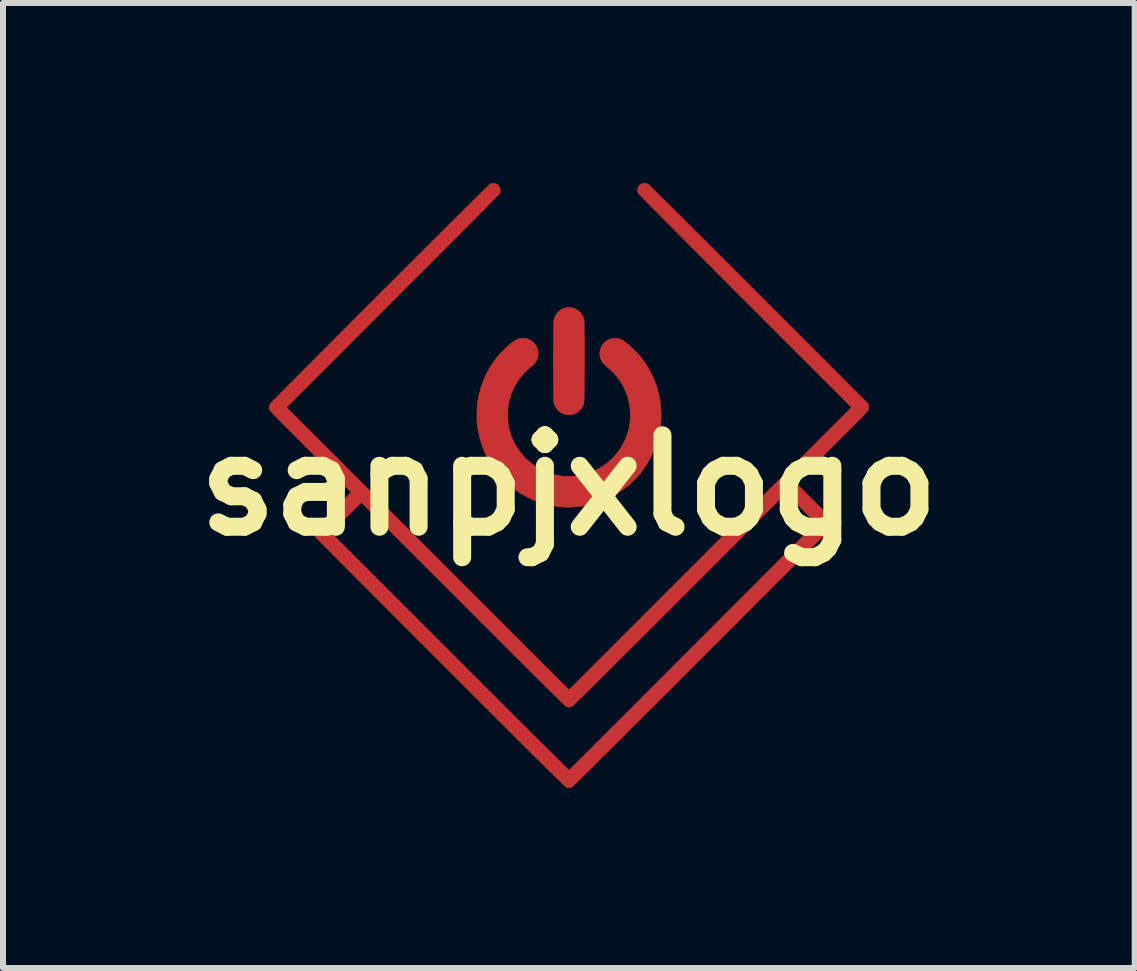
<source format=kicad_pcb>
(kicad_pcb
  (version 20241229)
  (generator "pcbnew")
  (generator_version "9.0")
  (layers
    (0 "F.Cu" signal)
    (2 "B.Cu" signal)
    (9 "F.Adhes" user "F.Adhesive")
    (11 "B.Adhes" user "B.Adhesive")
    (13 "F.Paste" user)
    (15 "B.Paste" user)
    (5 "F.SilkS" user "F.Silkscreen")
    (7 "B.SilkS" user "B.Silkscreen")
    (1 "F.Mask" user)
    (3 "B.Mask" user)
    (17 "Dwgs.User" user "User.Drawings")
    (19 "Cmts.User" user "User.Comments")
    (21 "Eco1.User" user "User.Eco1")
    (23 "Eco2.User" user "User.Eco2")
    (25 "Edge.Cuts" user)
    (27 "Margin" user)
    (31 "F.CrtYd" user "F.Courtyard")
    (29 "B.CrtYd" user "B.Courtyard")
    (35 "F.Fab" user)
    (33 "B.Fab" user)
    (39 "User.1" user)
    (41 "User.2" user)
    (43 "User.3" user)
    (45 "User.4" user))
  (footprint "sanpjxlogo"
    (layer "F.Cu")
    (at 6.43 5.039)
    (property "Reference" "sanpjxlogo" (at 0 0 0) (layer "F.SilkS") (effects (font (size 1.524 1.524) (thickness 0.3))))
    (attr through_hole)
    (fp_poly (pts (xy 0.049 -2.961) (xy 0.091 -2.949) (xy 0.102 -2.945) (xy 0.145 -2.92) (xy 0.184 -2.887) (xy 0.215 -2.848) (xy 0.239 -2.806) (xy 0.245 -2.787) (xy 0.247 -2.781) (xy 0.249 -2.775) (xy 0.25 -2.768) (xy 0.251 -2.76) (xy 0.252 -2.749) (xy 0.253 -2.735) (xy 0.254 -2.718) (xy 0.255 -2.697) (xy 0.255 -2.671) (xy 0.256 -2.64) (xy 0.256 -2.603) (xy 0.256 -2.559) (xy 0.256 -2.507) (xy 0.257 -2.448) (xy 0.257 -2.38) (xy 0.257 -2.303) (xy 0.257 -2.216) (xy 0.257 -2.119) (xy 0.257 -2.073) (xy 0.257 -1.964) (xy 0.256 -1.863) (xy 0.256 -1.771) (xy 0.256 -1.687) (xy 0.255 -1.613) (xy 0.255 -1.548) (xy 0.254 -1.492) (xy 0.254 -1.447) (xy 0.253 -1.411) (xy 0.252 -1.387) (xy 0.251 -1.373) (xy 0.251 -1.371) (xy 0.237 -1.33) (xy 0.215 -1.292) (xy 0.187 -1.258) (xy 0.156 -1.228) (xy 0.125 -1.206) (xy 0.092 -1.191) (xy 0.075 -1.185) (xy 0.042 -1.179) (xy 0.004 -1.176) (xy -0.034 -1.178) (xy -0.068 -1.183) (xy -0.079 -1.187) (xy -0.126 -1.209) (xy -0.167 -1.24) (xy -0.202 -1.279) (xy -0.229 -1.323) (xy -0.246 -1.372) (xy -0.251 -1.396) (xy -0.252 -1.408) (xy -0.253 -1.43) (xy -0.253 -1.462) (xy -0.254 -1.503) (xy -0.255 -1.552) (xy -0.255 -1.607) (xy -0.256 -1.669) (xy -0.256 -1.735) (xy -0.256 -1.805) (xy -0.256 -1.879) (xy -0.257 -1.955) (xy -0.257 -2.032) (xy -0.257 -2.11) (xy -0.257 -2.187) (xy -0.256 -2.263) (xy -0.256 -2.336) (xy -0.256 -2.406) (xy -0.256 -2.473) (xy -0.255 -2.534) (xy -0.255 -2.589) (xy -0.254 -2.637) (xy -0.253 -2.677) (xy -0.253 -2.709) (xy -0.252 -2.731) (xy -0.251 -2.743) (xy -0.238 -2.794) (xy -0.215 -2.841) (xy -0.184 -2.882) (xy -0.145 -2.917) (xy -0.1 -2.943) (xy -0.05 -2.96) (xy -0.036 -2.963) (xy 0.005 -2.966) (xy 0.049 -2.961)) (stroke (width 0.01) (type solid)) (fill yes) (layer "F.Cu"))
    (fp_poly (pts (xy 0.83 -2.445) (xy 0.878 -2.428) (xy 0.903 -2.413) (xy 0.934 -2.392) (xy 0.97 -2.364) (xy 1.008 -2.332) (xy 1.048 -2.296) (xy 1.088 -2.258) (xy 1.093 -2.252) (xy 1.163 -2.178) (xy 1.225 -2.105) (xy 1.279 -2.028) (xy 1.33 -1.946) (xy 1.378 -1.856) (xy 1.378 -1.855) (xy 1.432 -1.736) (xy 1.474 -1.613) (xy 1.506 -1.488) (xy 1.527 -1.36) (xy 1.537 -1.231) (xy 1.536 -1.101) (xy 1.524 -0.971) (xy 1.501 -0.842) (xy 1.489 -0.791) (xy 1.458 -0.687) (xy 1.417 -0.582) (xy 1.368 -0.478) (xy 1.313 -0.377) (xy 1.251 -0.281) (xy 1.195 -0.205) (xy 1.168 -0.174) (xy 1.135 -0.137) (xy 1.097 -0.099) (xy 1.059 -0.06) (xy 1.021 -0.024) (xy 0.986 0.006) (xy 0.97 0.019) (xy 0.878 0.087) (xy 0.778 0.15) (xy 0.673 0.206) (xy 0.565 0.254) (xy 0.455 0.294) (xy 0.347 0.324) (xy 0.317 0.33) (xy 0.239 0.344) (xy 0.156 0.354) (xy 0.072 0.36) (xy -0.009 0.363) (xy -0.085 0.361) (xy -0.109 0.36) (xy -0.229 0.346) (xy -0.347 0.322) (xy -0.461 0.29) (xy -0.586 0.245) (xy -0.704 0.189) (xy -0.817 0.125) (xy -0.923 0.052) (xy -1.021 -0.029) (xy -1.113 -0.118) (xy -1.196 -0.214) (xy -1.272 -0.317) (xy -1.339 -0.427) (xy -1.397 -0.542) (xy -1.445 -0.663) (xy -1.484 -0.789) (xy -1.513 -0.919) (xy -1.522 -0.973) (xy -1.527 -1.015) (xy -1.53 -1.065) (xy -1.532 -1.12) (xy -1.532 -1.178) (xy -1.531 -1.237) (xy -1.529 -1.292) (xy -1.526 -1.341) (xy -1.522 -1.375) (xy -1.498 -1.507) (xy -1.464 -1.635) (xy -1.419 -1.759) (xy -1.364 -1.878) (xy -1.299 -1.992) (xy -1.224 -2.1) (xy -1.211 -2.118) (xy -1.179 -2.156) (xy -1.143 -2.196) (xy -1.104 -2.238) (xy -1.062 -2.278) (xy -1.021 -2.317) (xy -0.98 -2.352) (xy -0.942 -2.382) (xy -0.909 -2.407) (xy -0.88 -2.424) (xy -0.876 -2.426) (xy -0.827 -2.444) (xy -0.775 -2.451) (xy -0.723 -2.448) (xy -0.673 -2.435) (xy -0.627 -2.412) (xy -0.609 -2.399) (xy -0.585 -2.376) (xy -0.561 -2.346) (xy -0.54 -2.312) (xy -0.525 -2.28) (xy -0.524 -2.277) (xy -0.514 -2.23) (xy -0.513 -2.18) (xy -0.521 -2.129) (xy -0.538 -2.082) (xy -0.555 -2.052) (xy -0.568 -2.036) (xy -0.587 -2.016) (xy -0.608 -1.997) (xy -0.616 -1.99) (xy -0.649 -1.963) (xy -0.685 -1.929) (xy -0.722 -1.892) (xy -0.758 -1.854) (xy -0.792 -1.818) (xy -0.82 -1.784) (xy -0.835 -1.764) (xy -0.883 -1.688) (xy -0.926 -1.605) (xy -0.962 -1.517) (xy -0.99 -1.428) (xy -1.005 -1.367) (xy -1.012 -1.317) (xy -1.018 -1.26) (xy -1.021 -1.199) (xy -1.021 -1.139) (xy -1.018 -1.083) (xy -1.016 -1.061) (xy -0.999 -0.956) (xy -0.971 -0.854) (xy -0.933 -0.756) (xy -0.884 -0.662) (xy -0.825 -0.573) (xy -0.758 -0.489) (xy -0.705 -0.435) (xy -0.627 -0.367) (xy -0.541 -0.308) (xy -0.449 -0.256) (xy -0.353 -0.214) (xy -0.253 -0.182) (xy -0.166 -0.162) (xy -0.131 -0.158) (xy -0.089 -0.154) (xy -0.041 -0.152) (xy 0.008 -0.151) (xy 0.056 -0.152) (xy 0.1 -0.154) (xy 0.138 -0.157) (xy 0.151 -0.159) (xy 0.258 -0.182) (xy 0.361 -0.215) (xy 0.459 -0.258) (xy 0.551 -0.31) (xy 0.637 -0.371) (xy 0.716 -0.441) (xy 0.788 -0.518) (xy 0.852 -0.603) (xy 0.873 -0.636) (xy 0.893 -0.671) (xy 0.914 -0.712) (xy 0.936 -0.756) (xy 0.955 -0.8) (xy 0.97 -0.838) (xy 0.973 -0.847) (xy 1.002 -0.948) (xy 1.019 -1.051) (xy 1.026 -1.155) (xy 1.022 -1.26) (xy 1.008 -1.363) (xy 0.984 -1.465) (xy 0.949 -1.563) (xy 0.904 -1.658) (xy 0.888 -1.687) (xy 0.842 -1.759) (xy 0.792 -1.824) (xy 0.736 -1.886) (xy 0.672 -1.946) (xy 0.646 -1.968) (xy 0.621 -1.989) (xy 0.598 -2.011) (xy 0.578 -2.03) (xy 0.564 -2.045) (xy 0.562 -2.048) (xy 0.539 -2.088) (xy 0.524 -2.133) (xy 0.516 -2.181) (xy 0.517 -2.228) (xy 0.522 -2.254) (xy 0.54 -2.305) (xy 0.567 -2.349) (xy 0.6 -2.386) (xy 0.639 -2.415) (xy 0.683 -2.437) (xy 0.731 -2.449) (xy 0.78 -2.452) (xy 0.83 -2.445)) (stroke (width 0.01) (type solid)) (fill yes) (layer "F.Cu"))
    (fp_poly (pts (xy -1.237 -5.032) (xy -1.205 -5.021) (xy -1.177 -5.001) (xy -1.163 -4.985) (xy -1.149 -4.958) (xy -1.143 -4.925) (xy -1.144 -4.893) (xy -1.147 -4.877) (xy -1.149 -4.874) (xy -1.153 -4.869) (xy -1.159 -4.861) (xy -1.168 -4.851) (xy -1.18 -4.838) (xy -1.196 -4.822) (xy -1.214 -4.803) (xy -1.236 -4.78) (xy -1.262 -4.753) (xy -1.291 -4.723) (xy -1.325 -4.689) (xy -1.363 -4.65) (xy -1.405 -4.607) (xy -1.453 -4.559) (xy -1.505 -4.507) (xy -1.562 -4.449) (xy -1.625 -4.386) (xy -1.693 -4.317) (xy -1.767 -4.243) (xy -1.847 -4.162) (xy -1.933 -4.076) (xy -2.026 -3.983) (xy -2.125 -3.884) (xy -2.23 -3.778) (xy -2.343 -3.665) (xy -2.463 -3.545) (xy -2.591 -3.418) (xy -2.726 -3.283) (xy -2.868 -3.14) (xy -2.93 -3.078) (xy -4.706 -1.301) (xy 0.003 3.408) (xy 2.357 1.053) (xy 4.712 -1.301) (xy 2.939 -3.075) (xy 2.819 -3.194) (xy 2.702 -3.312) (xy 2.587 -3.427) (xy 2.475 -3.54) (xy 2.365 -3.65) (xy 2.258 -3.757) (xy 2.155 -3.86) (xy 2.055 -3.96) (xy 1.959 -4.057) (xy 1.867 -4.149) (xy 1.78 -4.237) (xy 1.697 -4.32) (xy 1.619 -4.398) (xy 1.546 -4.472) (xy 1.479 -4.54) (xy 1.417 -4.602) (xy 1.361 -4.659) (xy 1.311 -4.709) (xy 1.268 -4.753) (xy 1.231 -4.79) (xy 1.201 -4.82) (xy 1.179 -4.843) (xy 1.164 -4.859) (xy 1.157 -4.867) (xy 1.156 -4.868) (xy 1.147 -4.897) (xy 1.147 -4.93) (xy 1.155 -4.962) (xy 1.17 -4.99) (xy 1.182 -5.004) (xy 1.21 -5.022) (xy 1.242 -5.032) (xy 1.276 -5.034) (xy 1.309 -5.026) (xy 1.315 -5.023) (xy 1.321 -5.019) (xy 1.333 -5.008) (xy 1.352 -4.99) (xy 1.377 -4.965) (xy 1.41 -4.933) (xy 1.449 -4.895) (xy 1.496 -4.849) (xy 1.549 -4.796) (xy 1.61 -4.736) (xy 1.677 -4.669) (xy 1.752 -4.595) (xy 1.835 -4.513) (xy 1.924 -4.424) (xy 2.022 -4.327) (xy 2.126 -4.222) (xy 2.238 -4.111) (xy 2.358 -3.991) (xy 2.486 -3.864) (xy 2.621 -3.728) (xy 2.764 -3.585) (xy 2.915 -3.434) (xy 3.074 -3.276) (xy 3.163 -3.187) (xy 4.987 -1.361) (xy 4.994 -1.331) (xy 4.998 -1.307) (xy 4.997 -1.284) (xy 4.994 -1.271) (xy 4.993 -1.267) (xy 4.992 -1.263) (xy 4.99 -1.258) (xy 4.987 -1.253) (xy 4.982 -1.246) (xy 4.975 -1.238) (xy 4.966 -1.227) (xy 4.955 -1.214) (xy 4.94 -1.198) (xy 4.922 -1.179) (xy 4.9 -1.156) (xy 4.874 -1.129) (xy 4.843 -1.098) (xy 4.807 -1.062) (xy 4.766 -1.02) (xy 4.719 -0.973) (xy 4.666 -0.92) (xy 4.606 -0.86) (xy 4.54 -0.794) (xy 4.466 -0.72) (xy 4.387 -0.641) (xy 3.787 -0.04) (xy 4.093 0.267) (xy 4.15 0.324) (xy 4.2 0.374) (xy 4.242 0.417) (xy 4.279 0.453) (xy 4.309 0.484) (xy 4.334 0.51) (xy 4.354 0.531) (xy 4.37 0.548) (xy 4.382 0.562) (xy 4.391 0.573) (xy 4.397 0.581) (xy 4.401 0.588) (xy 4.404 0.594) (xy 4.406 0.6) (xy 4.406 0.601) (xy 4.41 0.636) (xy 4.404 0.668) (xy 4.398 0.684) (xy 4.394 0.689) (xy 4.382 0.701) (xy 4.362 0.722) (xy 4.334 0.749) (xy 4.3 0.784) (xy 4.259 0.826) (xy 4.211 0.874) (xy 4.157 0.929) (xy 4.096 0.989) (xy 4.03 1.056) (xy 3.957 1.129) (xy 3.88 1.207) (xy 3.797 1.29) (xy 3.709 1.379) (xy 3.616 1.472) (xy 3.518 1.569) (xy 3.417 1.671) (xy 3.311 1.777) (xy 3.201 1.887) (xy 3.088 2) (xy 2.971 2.117) (xy 2.852 2.237) (xy 2.729 2.36) (xy 2.604 2.485) (xy 2.476 2.613) (xy 2.346 2.743) (xy 2.231 2.858) (xy 2.056 3.033) (xy 1.889 3.2) (xy 1.73 3.36) (xy 1.578 3.511) (xy 1.434 3.655) (xy 1.298 3.791) (xy 1.169 3.919) (xy 1.048 4.04) (xy 0.934 4.154) (xy 0.828 4.26) (xy 0.729 4.359) (xy 0.636 4.451) (xy 0.551 4.535) (xy 0.473 4.613) (xy 0.402 4.684) (xy 0.338 4.747) (xy 0.28 4.805) (xy 0.229 4.855) (xy 0.184 4.899) (xy 0.146 4.936) (xy 0.114 4.967) (xy 0.089 4.992) (xy 0.07 5.01) (xy 0.057 5.022) (xy 0.05 5.028) (xy 0.049 5.029) (xy 0.017 5.038) (xy -0.019 5.038) (xy -0.04 5.033) (xy -0.043 5.031) (xy -0.049 5.026) (xy -0.059 5.017) (xy -0.071 5.006) (xy -0.088 4.99) (xy -0.108 4.971) (xy -0.132 4.947) (xy -0.16 4.92) (xy -0.193 4.888) (xy -0.23 4.852) (xy -0.272 4.81) (xy -0.318 4.765) (xy -0.37 4.714) (xy -0.426 4.658) (xy -0.488 4.596) (xy -0.556 4.529) (xy -0.629 4.456) (xy -0.708 4.378) (xy -0.793 4.293) (xy -0.884 4.202) (xy -0.981 4.105) (xy -1.086 4.001) (xy -1.196 3.891) (xy -1.314 3.773) (xy -1.439 3.649) (xy -1.571 3.517) (xy -1.71 3.377) (xy -1.857 3.231) (xy -2.012 3.076) (xy -2.145 2.943) (xy -2.278 2.81) (xy -2.408 2.679) (xy -2.537 2.551) (xy -2.662 2.426) (xy -2.784 2.304) (xy -2.903 2.185) (xy -3.018 2.069) (xy -3.13 1.957) (xy -3.237 1.85) (xy -3.341 1.746) (xy -3.44 1.647) (xy -3.534 1.552) (xy -3.623 1.462) (xy -3.708 1.377) (xy -3.787 1.298) (xy -3.86 1.224) (xy -3.928 1.156) (xy -3.989 1.094) (xy -4.045 1.038) (xy -4.094 0.989) (xy -4.136 0.946) (xy -4.171 0.91) (xy -4.199 0.881) (xy -4.22 0.86) (xy -4.233 0.846) (xy -4.238 0.84) (xy -4.239 0.84) (xy -4.25 0.805) (xy -4.25 0.788) (xy -3.964 0.788) (xy -1.983 2.768) (xy -1.857 2.894) (xy -1.733 3.018) (xy -1.612 3.14) (xy -1.492 3.259) (xy -1.376 3.376) (xy -1.262 3.489) (xy -1.152 3.599) (xy -1.045 3.706) (xy -0.942 3.809) (xy -0.843 3.908) (xy -0.748 4.002) (xy -0.658 4.092) (xy -0.572 4.178) (xy -0.491 4.258) (xy -0.415 4.334) (xy -0.345 4.403) (xy -0.281 4.467) (xy -0.222 4.526) (xy -0.17 4.577) (xy -0.124 4.623) (xy -0.085 4.662) (xy -0.052 4.694) (xy -0.027 4.718) (xy -0.009 4.736) (xy 0.001 4.746) (xy 0.003 4.748) (xy 0.008 4.744) (xy 0.02 4.732) (xy 0.04 4.712) (xy 0.067 4.685) (xy 0.101 4.651) (xy 0.142 4.61) (xy 0.19 4.563) (xy 0.244 4.509) (xy 0.304 4.449) (xy 0.371 4.383) (xy 0.442 4.311) (xy 0.52 4.234) (xy 0.602 4.151) (xy 0.689 4.064) (xy 0.782 3.972) (xy 0.878 3.876) (xy 0.979 3.775) (xy 1.084 3.67) (xy 1.192 3.562) (xy 1.304 3.45) (xy 1.419 3.334) (xy 1.538 3.216) (xy 1.659 3.095) (xy 1.782 2.971) (xy 1.908 2.845) (xy 2.036 2.717) (xy 2.065 2.688) (xy 4.12 0.63) (xy 3.87 0.379) (xy 3.619 0.128) (xy 1.845 1.902) (xy 1.689 2.058) (xy 1.541 2.206) (xy 1.401 2.346) (xy 1.269 2.478) (xy 1.144 2.603) (xy 1.027 2.72) (xy 0.916 2.829) (xy 0.814 2.932) (xy 0.718 3.027) (xy 0.629 3.116) (xy 0.547 3.197) (xy 0.472 3.272) (xy 0.403 3.34) (xy 0.341 3.402) (xy 0.285 3.457) (xy 0.236 3.506) (xy 0.192 3.548) (xy 0.155 3.585) (xy 0.124 3.616) (xy 0.098 3.641) (xy 0.078 3.66) (xy 0.063 3.673) (xy 0.054 3.681) (xy 0.05 3.684) (xy 0.026 3.691) (xy -0.003 3.693) (xy -0.03 3.691) (xy -0.044 3.687) (xy -0.049 3.683) (xy -0.062 3.67) (xy -0.083 3.65) (xy -0.111 3.623) (xy -0.146 3.589) (xy -0.188 3.547) (xy -0.237 3.499) (xy -0.292 3.444) (xy -0.353 3.383) (xy -0.421 3.317) (xy -0.494 3.244) (xy -0.573 3.166) (xy -0.657 3.082) (xy -0.746 2.993) (xy -0.84 2.899) (xy -0.939 2.801) (xy -1.042 2.698) (xy -1.149 2.591) (xy -1.26 2.48) (xy -1.375 2.366) (xy -1.494 2.248) (xy -1.615 2.126) (xy -1.74 2.001) (xy -1.759 1.982) (xy -3.459 0.283) (xy -3.964 0.788) (xy -4.25 0.788) (xy -4.25 0.77) (xy -4.247 0.755) (xy -4.245 0.749) (xy -4.242 0.743) (xy -4.238 0.736) (xy -4.231 0.727) (xy -4.222 0.716) (xy -4.209 0.702) (xy -4.193 0.684) (xy -4.173 0.663) (xy -4.147 0.637) (xy -4.116 0.605) (xy -4.08 0.568) (xy -4.036 0.524) (xy -3.986 0.474) (xy -3.933 0.421) (xy -3.627 0.114) (xy -4.302 -0.561) (xy -4.398 -0.657) (xy -4.486 -0.745) (xy -4.566 -0.825) (xy -4.639 -0.898) (xy -4.704 -0.964) (xy -4.762 -1.022) (xy -4.812 -1.074) (xy -4.856 -1.119) (xy -4.894 -1.157) (xy -4.924 -1.189) (xy -4.948 -1.214) (xy -4.966 -1.234) (xy -4.979 -1.248) (xy -4.985 -1.255) (xy -4.986 -1.257) (xy -4.993 -1.29) (xy -4.992 -1.324) (xy -4.983 -1.35) (xy -4.979 -1.356) (xy -4.966 -1.369) (xy -4.946 -1.39) (xy -4.918 -1.419) (xy -4.884 -1.453) (xy -4.844 -1.495) (xy -4.797 -1.542) (xy -4.744 -1.596) (xy -4.686 -1.655) (xy -4.622 -1.719) (xy -4.553 -1.788) (xy -4.48 -1.862) (xy -4.403 -1.94) (xy -4.321 -2.022) (xy -4.236 -2.108) (xy -4.147 -2.197) (xy -4.055 -2.289) (xy -3.96 -2.384) (xy -3.863 -2.482) (xy -3.764 -2.581) (xy -3.663 -2.683) (xy -3.56 -2.786) (xy -3.456 -2.89) (xy -3.351 -2.995) (xy -3.245 -3.1) (xy -3.14 -3.206) (xy -3.034 -3.311) (xy -2.928 -3.417) (xy -2.824 -3.521) (xy -2.72 -3.625) (xy -2.617 -3.727) (xy -2.516 -3.828) (xy -2.417 -3.927) (xy -2.32 -4.024) (xy -2.226 -4.118) (xy -2.134 -4.209) (xy -2.046 -4.297) (xy -1.96 -4.381) (xy -1.879 -4.462) (xy -1.802 -4.539) (xy -1.729 -4.611) (xy -1.661 -4.679) (xy -1.598 -4.741) (xy -1.54 -4.798) (xy -1.488 -4.85) (xy -1.441 -4.895) (xy -1.401 -4.935) (xy -1.368 -4.967) (xy -1.341 -4.993) (xy -1.322 -5.011) (xy -1.31 -5.022) (xy -1.306 -5.026) (xy -1.272 -5.034) (xy -1.237 -5.032)) (stroke (width 0.01) (type solid)) (fill yes) (layer "F.Cu"))
    (fp_poly (pts (xy 0.049 -2.961) (xy 0.091 -2.949) (xy 0.102 -2.945) (xy 0.145 -2.92) (xy 0.184 -2.887) (xy 0.215 -2.848) (xy 0.239 -2.806) (xy 0.245 -2.787) (xy 0.247 -2.781) (xy 0.249 -2.775) (xy 0.25 -2.768) (xy 0.251 -2.76) (xy 0.252 -2.749) (xy 0.253 -2.735) (xy 0.254 -2.718) (xy 0.255 -2.697) (xy 0.255 -2.671) (xy 0.256 -2.64) (xy 0.256 -2.603) (xy 0.256 -2.559) (xy 0.256 -2.507) (xy 0.257 -2.448) (xy 0.257 -2.38) (xy 0.257 -2.303) (xy 0.257 -2.216) (xy 0.257 -2.119) (xy 0.257 -2.073) (xy 0.257 -1.964) (xy 0.256 -1.863) (xy 0.256 -1.771) (xy 0.256 -1.687) (xy 0.255 -1.613) (xy 0.255 -1.548) (xy 0.254 -1.492) (xy 0.254 -1.447) (xy 0.253 -1.411) (xy 0.252 -1.387) (xy 0.251 -1.373) (xy 0.251 -1.371) (xy 0.237 -1.33) (xy 0.215 -1.292) (xy 0.187 -1.258) (xy 0.156 -1.228) (xy 0.125 -1.206) (xy 0.092 -1.191) (xy 0.075 -1.185) (xy 0.042 -1.179) (xy 0.004 -1.176) (xy -0.034 -1.178) (xy -0.068 -1.183) (xy -0.079 -1.187) (xy -0.126 -1.209) (xy -0.167 -1.24) (xy -0.202 -1.279) (xy -0.229 -1.323) (xy -0.246 -1.372) (xy -0.251 -1.396) (xy -0.252 -1.408) (xy -0.253 -1.43) (xy -0.253 -1.462) (xy -0.254 -1.503) (xy -0.255 -1.552) (xy -0.255 -1.607) (xy -0.256 -1.669) (xy -0.256 -1.735) (xy -0.256 -1.805) (xy -0.256 -1.879) (xy -0.257 -1.955) (xy -0.257 -2.032) (xy -0.257 -2.11) (xy -0.257 -2.187) (xy -0.256 -2.263) (xy -0.256 -2.336) (xy -0.256 -2.406) (xy -0.256 -2.473) (xy -0.255 -2.534) (xy -0.255 -2.589) (xy -0.254 -2.637) (xy -0.253 -2.677) (xy -0.253 -2.709) (xy -0.252 -2.731) (xy -0.251 -2.743) (xy -0.238 -2.794) (xy -0.215 -2.841) (xy -0.184 -2.882) (xy -0.145 -2.917) (xy -0.1 -2.943) (xy -0.05 -2.96) (xy -0.036 -2.963) (xy 0.005 -2.966) (xy 0.049 -2.961)) (stroke (width 0.01) (type solid)) (fill yes) (layer "F.Mask"))
    (fp_poly (pts (xy 0.83 -2.445) (xy 0.878 -2.428) (xy 0.903 -2.413) (xy 0.934 -2.392) (xy 0.97 -2.364) (xy 1.008 -2.332) (xy 1.048 -2.296) (xy 1.088 -2.258) (xy 1.093 -2.252) (xy 1.163 -2.178) (xy 1.225 -2.105) (xy 1.279 -2.028) (xy 1.33 -1.946) (xy 1.378 -1.856) (xy 1.378 -1.855) (xy 1.432 -1.736) (xy 1.474 -1.613) (xy 1.506 -1.488) (xy 1.527 -1.36) (xy 1.537 -1.231) (xy 1.536 -1.101) (xy 1.524 -0.971) (xy 1.501 -0.842) (xy 1.489 -0.791) (xy 1.458 -0.687) (xy 1.417 -0.582) (xy 1.368 -0.478) (xy 1.313 -0.377) (xy 1.251 -0.281) (xy 1.195 -0.205) (xy 1.168 -0.174) (xy 1.135 -0.137) (xy 1.097 -0.099) (xy 1.059 -0.06) (xy 1.021 -0.024) (xy 0.986 0.006) (xy 0.97 0.019) (xy 0.878 0.087) (xy 0.778 0.15) (xy 0.673 0.206) (xy 0.565 0.254) (xy 0.455 0.294) (xy 0.347 0.324) (xy 0.317 0.33) (xy 0.239 0.344) (xy 0.156 0.354) (xy 0.072 0.36) (xy -0.009 0.363) (xy -0.085 0.361) (xy -0.109 0.36) (xy -0.229 0.346) (xy -0.347 0.322) (xy -0.461 0.29) (xy -0.586 0.245) (xy -0.704 0.189) (xy -0.817 0.125) (xy -0.923 0.052) (xy -1.021 -0.029) (xy -1.113 -0.118) (xy -1.196 -0.214) (xy -1.272 -0.317) (xy -1.339 -0.427) (xy -1.397 -0.542) (xy -1.445 -0.663) (xy -1.484 -0.789) (xy -1.513 -0.919) (xy -1.522 -0.973) (xy -1.527 -1.015) (xy -1.53 -1.065) (xy -1.532 -1.12) (xy -1.532 -1.178) (xy -1.531 -1.237) (xy -1.529 -1.292) (xy -1.526 -1.341) (xy -1.522 -1.375) (xy -1.498 -1.507) (xy -1.464 -1.635) (xy -1.419 -1.759) (xy -1.364 -1.878) (xy -1.299 -1.992) (xy -1.224 -2.1) (xy -1.211 -2.118) (xy -1.179 -2.156) (xy -1.143 -2.196) (xy -1.104 -2.238) (xy -1.062 -2.278) (xy -1.021 -2.317) (xy -0.98 -2.352) (xy -0.942 -2.382) (xy -0.909 -2.407) (xy -0.88 -2.424) (xy -0.876 -2.426) (xy -0.827 -2.444) (xy -0.775 -2.451) (xy -0.723 -2.448) (xy -0.673 -2.435) (xy -0.627 -2.412) (xy -0.609 -2.399) (xy -0.585 -2.376) (xy -0.561 -2.346) (xy -0.54 -2.312) (xy -0.525 -2.28) (xy -0.524 -2.277) (xy -0.514 -2.23) (xy -0.513 -2.18) (xy -0.521 -2.129) (xy -0.538 -2.082) (xy -0.555 -2.052) (xy -0.568 -2.036) (xy -0.587 -2.016) (xy -0.608 -1.997) (xy -0.616 -1.99) (xy -0.649 -1.963) (xy -0.685 -1.929) (xy -0.722 -1.892) (xy -0.758 -1.854) (xy -0.792 -1.818) (xy -0.82 -1.784) (xy -0.835 -1.764) (xy -0.883 -1.688) (xy -0.926 -1.605) (xy -0.962 -1.517) (xy -0.99 -1.428) (xy -1.005 -1.367) (xy -1.012 -1.317) (xy -1.018 -1.26) (xy -1.021 -1.199) (xy -1.021 -1.139) (xy -1.018 -1.083) (xy -1.016 -1.061) (xy -0.999 -0.956) (xy -0.971 -0.854) (xy -0.933 -0.756) (xy -0.884 -0.662) (xy -0.825 -0.573) (xy -0.758 -0.489) (xy -0.705 -0.435) (xy -0.627 -0.367) (xy -0.541 -0.308) (xy -0.449 -0.256) (xy -0.353 -0.214) (xy -0.253 -0.182) (xy -0.166 -0.162) (xy -0.131 -0.158) (xy -0.089 -0.154) (xy -0.041 -0.152) (xy 0.008 -0.151) (xy 0.056 -0.152) (xy 0.1 -0.154) (xy 0.138 -0.157) (xy 0.151 -0.159) (xy 0.258 -0.182) (xy 0.361 -0.215) (xy 0.459 -0.258) (xy 0.551 -0.31) (xy 0.637 -0.371) (xy 0.716 -0.441) (xy 0.788 -0.518) (xy 0.852 -0.603) (xy 0.873 -0.636) (xy 0.893 -0.671) (xy 0.914 -0.712) (xy 0.936 -0.756) (xy 0.955 -0.8) (xy 0.97 -0.838) (xy 0.973 -0.847) (xy 1.002 -0.948) (xy 1.019 -1.051) (xy 1.026 -1.155) (xy 1.022 -1.26) (xy 1.008 -1.363) (xy 0.984 -1.465) (xy 0.949 -1.563) (xy 0.904 -1.658) (xy 0.888 -1.687) (xy 0.842 -1.759) (xy 0.792 -1.824) (xy 0.736 -1.886) (xy 0.672 -1.946) (xy 0.646 -1.968) (xy 0.621 -1.989) (xy 0.598 -2.011) (xy 0.578 -2.03) (xy 0.564 -2.045) (xy 0.562 -2.048) (xy 0.539 -2.088) (xy 0.524 -2.133) (xy 0.516 -2.181) (xy 0.517 -2.228) (xy 0.522 -2.254) (xy 0.54 -2.305) (xy 0.567 -2.349) (xy 0.6 -2.386) (xy 0.639 -2.415) (xy 0.683 -2.437) (xy 0.731 -2.449) (xy 0.78 -2.452) (xy 0.83 -2.445)) (stroke (width 0.01) (type solid)) (fill yes) (layer "F.Mask"))
    (fp_poly (pts (xy -1.237 -5.032) (xy -1.205 -5.021) (xy -1.177 -5.001) (xy -1.163 -4.985) (xy -1.149 -4.958) (xy -1.143 -4.925) (xy -1.144 -4.893) (xy -1.147 -4.877) (xy -1.149 -4.874) (xy -1.153 -4.869) (xy -1.159 -4.861) (xy -1.168 -4.851) (xy -1.18 -4.838) (xy -1.196 -4.822) (xy -1.214 -4.803) (xy -1.236 -4.78) (xy -1.262 -4.753) (xy -1.291 -4.723) (xy -1.325 -4.689) (xy -1.363 -4.65) (xy -1.405 -4.607) (xy -1.453 -4.559) (xy -1.505 -4.507) (xy -1.562 -4.449) (xy -1.625 -4.386) (xy -1.693 -4.317) (xy -1.767 -4.243) (xy -1.847 -4.162) (xy -1.933 -4.076) (xy -2.026 -3.983) (xy -2.125 -3.884) (xy -2.23 -3.778) (xy -2.343 -3.665) (xy -2.463 -3.545) (xy -2.591 -3.418) (xy -2.726 -3.283) (xy -2.868 -3.14) (xy -2.93 -3.078) (xy -4.706 -1.301) (xy 0.003 3.408) (xy 2.357 1.053) (xy 4.712 -1.301) (xy 2.939 -3.075) (xy 2.819 -3.194) (xy 2.702 -3.312) (xy 2.587 -3.427) (xy 2.475 -3.54) (xy 2.365 -3.65) (xy 2.258 -3.757) (xy 2.155 -3.86) (xy 2.055 -3.96) (xy 1.959 -4.057) (xy 1.867 -4.149) (xy 1.78 -4.237) (xy 1.697 -4.32) (xy 1.619 -4.398) (xy 1.546 -4.472) (xy 1.479 -4.54) (xy 1.417 -4.602) (xy 1.361 -4.659) (xy 1.311 -4.709) (xy 1.268 -4.753) (xy 1.231 -4.79) (xy 1.201 -4.82) (xy 1.179 -4.843) (xy 1.164 -4.859) (xy 1.157 -4.867) (xy 1.156 -4.868) (xy 1.147 -4.897) (xy 1.147 -4.93) (xy 1.155 -4.962) (xy 1.17 -4.99) (xy 1.182 -5.004) (xy 1.21 -5.022) (xy 1.242 -5.032) (xy 1.276 -5.034) (xy 1.309 -5.026) (xy 1.315 -5.023) (xy 1.321 -5.019) (xy 1.333 -5.008) (xy 1.352 -4.99) (xy 1.377 -4.965) (xy 1.41 -4.933) (xy 1.449 -4.895) (xy 1.496 -4.849) (xy 1.549 -4.796) (xy 1.61 -4.736) (xy 1.677 -4.669) (xy 1.752 -4.595) (xy 1.835 -4.513) (xy 1.924 -4.424) (xy 2.022 -4.327) (xy 2.126 -4.222) (xy 2.238 -4.111) (xy 2.358 -3.991) (xy 2.486 -3.864) (xy 2.621 -3.728) (xy 2.764 -3.585) (xy 2.915 -3.434) (xy 3.074 -3.276) (xy 3.163 -3.187) (xy 4.987 -1.361) (xy 4.994 -1.331) (xy 4.998 -1.307) (xy 4.997 -1.284) (xy 4.994 -1.271) (xy 4.993 -1.267) (xy 4.992 -1.263) (xy 4.99 -1.258) (xy 4.987 -1.253) (xy 4.982 -1.246) (xy 4.975 -1.238) (xy 4.966 -1.227) (xy 4.955 -1.214) (xy 4.94 -1.198) (xy 4.922 -1.179) (xy 4.9 -1.156) (xy 4.874 -1.129) (xy 4.843 -1.098) (xy 4.807 -1.062) (xy 4.766 -1.02) (xy 4.719 -0.973) (xy 4.666 -0.92) (xy 4.606 -0.86) (xy 4.54 -0.794) (xy 4.466 -0.72) (xy 4.387 -0.641) (xy 3.787 -0.04) (xy 4.093 0.267) (xy 4.15 0.324) (xy 4.2 0.374) (xy 4.242 0.417) (xy 4.279 0.453) (xy 4.309 0.484) (xy 4.334 0.51) (xy 4.354 0.531) (xy 4.37 0.548) (xy 4.382 0.562) (xy 4.391 0.573) (xy 4.397 0.581) (xy 4.401 0.588) (xy 4.404 0.594) (xy 4.406 0.6) (xy 4.406 0.601) (xy 4.41 0.636) (xy 4.404 0.668) (xy 4.398 0.684) (xy 4.394 0.689) (xy 4.382 0.701) (xy 4.362 0.722) (xy 4.334 0.749) (xy 4.3 0.784) (xy 4.259 0.826) (xy 4.211 0.874) (xy 4.157 0.929) (xy 4.096 0.989) (xy 4.03 1.056) (xy 3.957 1.129) (xy 3.88 1.207) (xy 3.797 1.29) (xy 3.709 1.379) (xy 3.616 1.472) (xy 3.518 1.569) (xy 3.417 1.671) (xy 3.311 1.777) (xy 3.201 1.887) (xy 3.088 2) (xy 2.971 2.117) (xy 2.852 2.237) (xy 2.729 2.36) (xy 2.604 2.485) (xy 2.476 2.613) (xy 2.346 2.743) (xy 2.231 2.858) (xy 2.056 3.033) (xy 1.889 3.2) (xy 1.73 3.36) (xy 1.578 3.511) (xy 1.434 3.655) (xy 1.298 3.791) (xy 1.169 3.919) (xy 1.048 4.04) (xy 0.934 4.154) (xy 0.828 4.26) (xy 0.729 4.359) (xy 0.636 4.451) (xy 0.551 4.535) (xy 0.473 4.613) (xy 0.402 4.684) (xy 0.338 4.747) (xy 0.28 4.805) (xy 0.229 4.855) (xy 0.184 4.899) (xy 0.146 4.936) (xy 0.114 4.967) (xy 0.089 4.992) (xy 0.07 5.01) (xy 0.057 5.022) (xy 0.05 5.028) (xy 0.049 5.029) (xy 0.017 5.038) (xy -0.019 5.038) (xy -0.04 5.033) (xy -0.043 5.031) (xy -0.049 5.026) (xy -0.059 5.017) (xy -0.071 5.006) (xy -0.088 4.99) (xy -0.108 4.971) (xy -0.132 4.947) (xy -0.16 4.92) (xy -0.193 4.888) (xy -0.23 4.852) (xy -0.272 4.81) (xy -0.318 4.765) (xy -0.37 4.714) (xy -0.426 4.658) (xy -0.488 4.596) (xy -0.556 4.529) (xy -0.629 4.456) (xy -0.708 4.378) (xy -0.793 4.293) (xy -0.884 4.202) (xy -0.981 4.105) (xy -1.086 4.001) (xy -1.196 3.891) (xy -1.314 3.773) (xy -1.439 3.649) (xy -1.571 3.517) (xy -1.71 3.377) (xy -1.857 3.231) (xy -2.012 3.076) (xy -2.145 2.943) (xy -2.278 2.81) (xy -2.408 2.679) (xy -2.537 2.551) (xy -2.662 2.426) (xy -2.784 2.304) (xy -2.903 2.185) (xy -3.018 2.069) (xy -3.13 1.957) (xy -3.237 1.85) (xy -3.341 1.746) (xy -3.44 1.647) (xy -3.534 1.552) (xy -3.623 1.462) (xy -3.708 1.377) (xy -3.787 1.298) (xy -3.86 1.224) (xy -3.928 1.156) (xy -3.989 1.094) (xy -4.045 1.038) (xy -4.094 0.989) (xy -4.136 0.946) (xy -4.171 0.91) (xy -4.199 0.881) (xy -4.22 0.86) (xy -4.233 0.846) (xy -4.238 0.84) (xy -4.239 0.84) (xy -4.25 0.805) (xy -4.25 0.788) (xy -3.964 0.788) (xy -1.983 2.768) (xy -1.857 2.894) (xy -1.733 3.018) (xy -1.612 3.14) (xy -1.492 3.259) (xy -1.376 3.376) (xy -1.262 3.489) (xy -1.152 3.599) (xy -1.045 3.706) (xy -0.942 3.809) (xy -0.843 3.908) (xy -0.748 4.002) (xy -0.658 4.092) (xy -0.572 4.178) (xy -0.491 4.258) (xy -0.415 4.334) (xy -0.345 4.403) (xy -0.281 4.467) (xy -0.222 4.526) (xy -0.17 4.577) (xy -0.124 4.623) (xy -0.085 4.662) (xy -0.052 4.694) (xy -0.027 4.718) (xy -0.009 4.736) (xy 0.001 4.746) (xy 0.003 4.748) (xy 0.008 4.744) (xy 0.02 4.732) (xy 0.04 4.712) (xy 0.067 4.685) (xy 0.101 4.651) (xy 0.142 4.61) (xy 0.19 4.563) (xy 0.244 4.509) (xy 0.304 4.449) (xy 0.371 4.383) (xy 0.442 4.311) (xy 0.52 4.234) (xy 0.602 4.151) (xy 0.689 4.064) (xy 0.782 3.972) (xy 0.878 3.876) (xy 0.979 3.775) (xy 1.084 3.67) (xy 1.192 3.562) (xy 1.304 3.45) (xy 1.419 3.334) (xy 1.538 3.216) (xy 1.659 3.095) (xy 1.782 2.971) (xy 1.908 2.845) (xy 2.036 2.717) (xy 2.065 2.688) (xy 4.12 0.63) (xy 3.87 0.379) (xy 3.619 0.128) (xy 1.845 1.902) (xy 1.689 2.058) (xy 1.541 2.206) (xy 1.401 2.346) (xy 1.269 2.478) (xy 1.144 2.603) (xy 1.027 2.72) (xy 0.916 2.829) (xy 0.814 2.932) (xy 0.718 3.027) (xy 0.629 3.116) (xy 0.547 3.197) (xy 0.472 3.272) (xy 0.403 3.34) (xy 0.341 3.402) (xy 0.285 3.457) (xy 0.236 3.506) (xy 0.192 3.548) (xy 0.155 3.585) (xy 0.124 3.616) (xy 0.098 3.641) (xy 0.078 3.66) (xy 0.063 3.673) (xy 0.054 3.681) (xy 0.05 3.684) (xy 0.026 3.691) (xy -0.003 3.693) (xy -0.03 3.691) (xy -0.044 3.687) (xy -0.049 3.683) (xy -0.062 3.67) (xy -0.083 3.65) (xy -0.111 3.623) (xy -0.146 3.589) (xy -0.188 3.547) (xy -0.237 3.499) (xy -0.292 3.444) (xy -0.353 3.383) (xy -0.421 3.317) (xy -0.494 3.244) (xy -0.573 3.166) (xy -0.657 3.082) (xy -0.746 2.993) (xy -0.84 2.899) (xy -0.939 2.801) (xy -1.042 2.698) (xy -1.149 2.591) (xy -1.26 2.48) (xy -1.375 2.366) (xy -1.494 2.248) (xy -1.615 2.126) (xy -1.74 2.001) (xy -1.759 1.982) (xy -3.459 0.283) (xy -3.964 0.788) (xy -4.25 0.788) (xy -4.25 0.77) (xy -4.247 0.755) (xy -4.245 0.749) (xy -4.242 0.743) (xy -4.238 0.736) (xy -4.231 0.727) (xy -4.222 0.716) (xy -4.209 0.702) (xy -4.193 0.684) (xy -4.173 0.663) (xy -4.147 0.637) (xy -4.116 0.605) (xy -4.08 0.568) (xy -4.036 0.524) (xy -3.986 0.474) (xy -3.933 0.421) (xy -3.627 0.114) (xy -4.302 -0.561) (xy -4.398 -0.657) (xy -4.486 -0.745) (xy -4.566 -0.825) (xy -4.639 -0.898) (xy -4.704 -0.964) (xy -4.762 -1.022) (xy -4.812 -1.074) (xy -4.856 -1.119) (xy -4.894 -1.157) (xy -4.924 -1.189) (xy -4.948 -1.214) (xy -4.966 -1.234) (xy -4.979 -1.248) (xy -4.985 -1.255) (xy -4.986 -1.257) (xy -4.993 -1.29) (xy -4.992 -1.324) (xy -4.983 -1.35) (xy -4.979 -1.356) (xy -4.966 -1.369) (xy -4.946 -1.39) (xy -4.918 -1.419) (xy -4.884 -1.453) (xy -4.844 -1.495) (xy -4.797 -1.542) (xy -4.744 -1.596) (xy -4.686 -1.655) (xy -4.622 -1.719) (xy -4.553 -1.788) (xy -4.48 -1.862) (xy -4.403 -1.94) (xy -4.321 -2.022) (xy -4.236 -2.108) (xy -4.147 -2.197) (xy -4.055 -2.289) (xy -3.96 -2.384) (xy -3.863 -2.482) (xy -3.764 -2.581) (xy -3.663 -2.683) (xy -3.56 -2.786) (xy -3.456 -2.89) (xy -3.351 -2.995) (xy -3.245 -3.1) (xy -3.14 -3.206) (xy -3.034 -3.311) (xy -2.928 -3.417) (xy -2.824 -3.521) (xy -2.72 -3.625) (xy -2.617 -3.727) (xy -2.516 -3.828) (xy -2.417 -3.927) (xy -2.32 -4.024) (xy -2.226 -4.118) (xy -2.134 -4.209) (xy -2.046 -4.297) (xy -1.96 -4.381) (xy -1.879 -4.462) (xy -1.802 -4.539) (xy -1.729 -4.611) (xy -1.661 -4.679) (xy -1.598 -4.741) (xy -1.54 -4.798) (xy -1.488 -4.85) (xy -1.441 -4.895) (xy -1.401 -4.935) (xy -1.368 -4.967) (xy -1.341 -4.993) (xy -1.322 -5.011) (xy -1.31 -5.022) (xy -1.306 -5.026) (xy -1.272 -5.034) (xy -1.237 -5.032)) (stroke (width 0.01) (type solid)) (fill yes) (layer "F.Mask")))
  (gr_rect
    (start -3 -3)
    (end 15.86 13.082)
    (stroke (width 0.1) (type default))
    (fill no)
    (layer "Edge.Cuts")))
</source>
